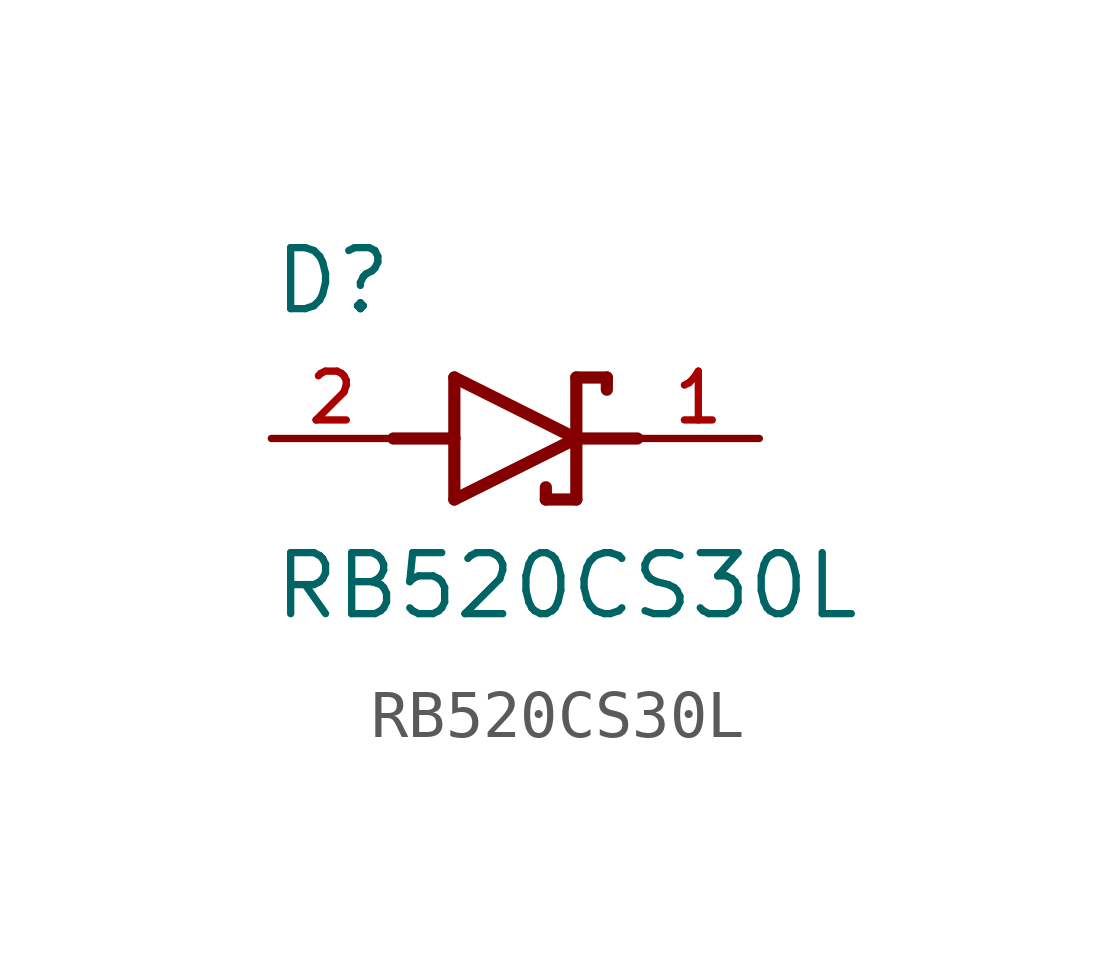
<source format=kicad_sym>
(kicad_symbol_lib
  (version 20241209)
  (generator "kicad_symbol_editor")
  (generator_version "9.0")
  (symbol "RB520CS30L"
    (pin_names
      (offset 1.016))
    (property "Reference" "D"
      (at -5.08 2.54 0)
      (effects (font (size 1.27 1.27)) (justify left bottom)))
    (property "Value" "RB520CS30L"
      (at -5.08 -3.81 0)
      (effects (font (size 1.27 1.27)) (justify left bottom)))
    (symbol "RB520CS30L_0_0"
      (polyline (pts (xy -2.54 0) (xy -1.27 0)) (stroke (width 0.254) (type default)) (fill (type none)))
      (polyline (pts (xy -1.27 1.27) (xy -1.27 0)) (stroke (width 0.254) (type default)) (fill (type none)))
      (polyline (pts (xy -1.27 0) (xy -1.27 -1.27)) (stroke (width 0.254) (type default)) (fill (type none)))
      (polyline (pts (xy -1.27 -1.27) (xy 1.27 0)) (stroke (width 0.254) (type default)) (fill (type none)))
      (polyline (pts (xy 0.635 -1.016) (xy 0.635 -1.27)) (stroke (width 0.254) (type default)) (fill (type none)))
      (polyline (pts (xy 1.27 1.27) (xy 1.27 0)) (stroke (width 0.254) (type default)) (fill (type none)))
      (polyline (pts (xy 1.27 0) (xy -1.27 1.27)) (stroke (width 0.254) (type default)) (fill (type none)))
      (polyline (pts (xy 1.27 0) (xy 1.27 -1.27)) (stroke (width 0.254) (type default)) (fill (type none)))
      (polyline (pts (xy 1.27 -1.27) (xy 0.635 -1.27)) (stroke (width 0.254) (type default)) (fill (type none)))
      (polyline (pts (xy 1.905 1.27) (xy 1.27 1.27)) (stroke (width 0.254) (type default)) (fill (type none)))
      (polyline (pts (xy 1.905 1.27) (xy 1.905 1.016)) (stroke (width 0.254) (type default)) (fill (type none)))
      (polyline (pts (xy 2.54 0) (xy 1.27 0)) (stroke (width 0.254) (type default)) (fill (type none)))
      (pin passive line (at -5.08 0 0) (length 2.54) (name "~" (effects (font (size 1.016 1.016)))) (number "2" (effects (font (size 1.016 1.016)))))
      (pin passive line (at 5.08 0 180) (length 2.54) (name "~" (effects (font (size 1.016 1.016)))) (number "1" (effects (font (size 1.016 1.016))))))))
</source>
